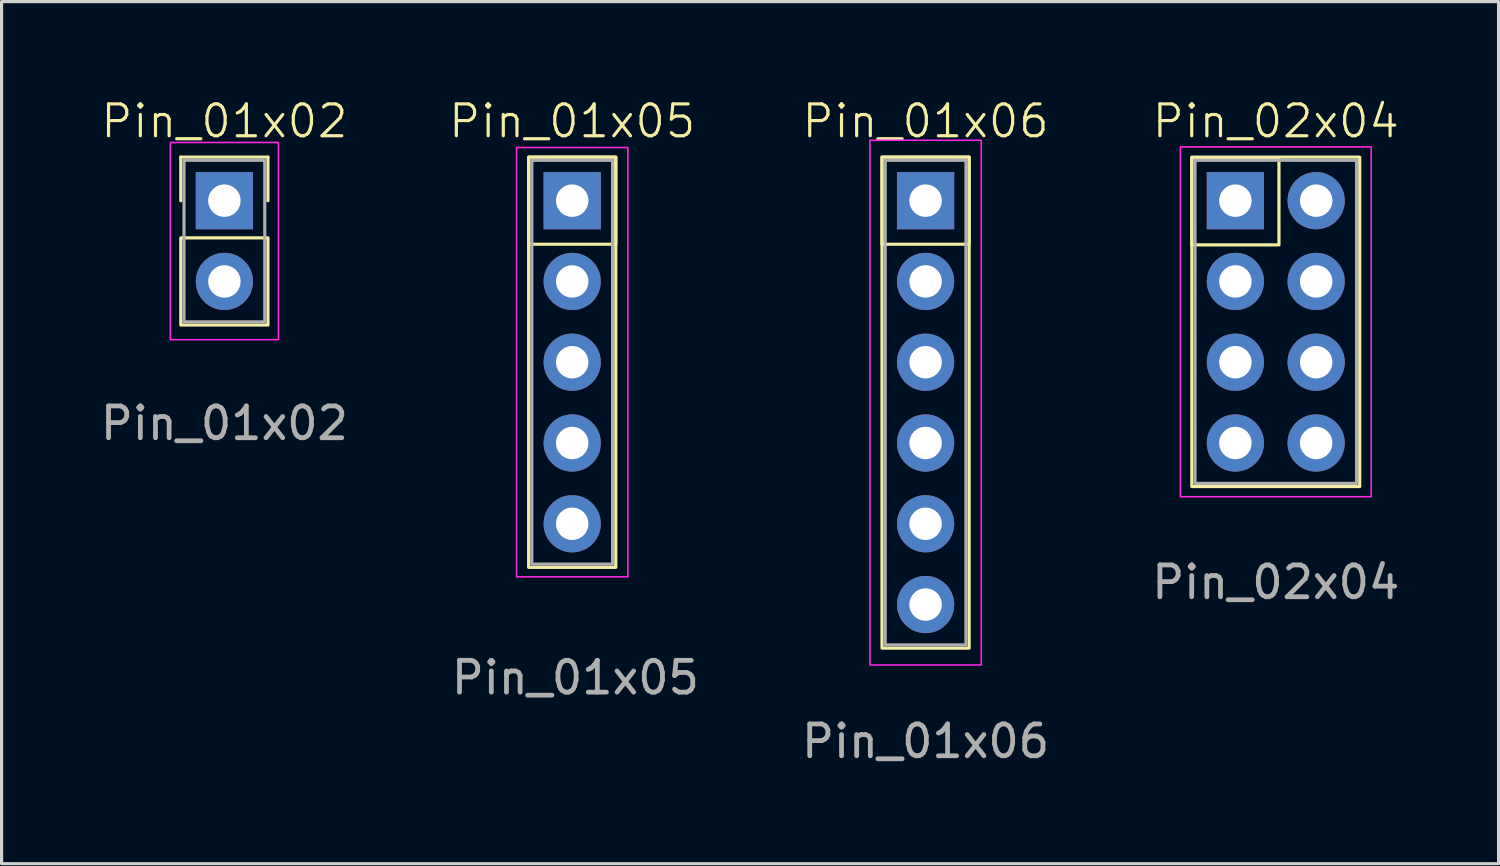
<source format=kicad_pcb>
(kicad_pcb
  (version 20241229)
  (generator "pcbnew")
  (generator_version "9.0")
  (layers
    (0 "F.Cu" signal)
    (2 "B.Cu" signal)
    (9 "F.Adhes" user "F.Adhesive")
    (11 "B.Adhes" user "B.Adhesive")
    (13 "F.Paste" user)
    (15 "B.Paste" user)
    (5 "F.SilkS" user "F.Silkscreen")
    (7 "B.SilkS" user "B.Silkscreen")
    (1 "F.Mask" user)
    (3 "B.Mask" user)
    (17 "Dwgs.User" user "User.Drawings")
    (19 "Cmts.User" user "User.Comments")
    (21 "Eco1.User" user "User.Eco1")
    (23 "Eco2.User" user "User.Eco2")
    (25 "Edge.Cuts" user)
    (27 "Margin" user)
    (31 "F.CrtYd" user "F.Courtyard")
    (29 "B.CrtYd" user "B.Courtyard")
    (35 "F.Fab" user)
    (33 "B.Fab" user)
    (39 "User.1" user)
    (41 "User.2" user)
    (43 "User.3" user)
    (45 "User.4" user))
  (footprint "Pin_01x02"
    (layer "F.Cu")
    (at 4.006 3.26)
    (property "Reference" "Pin_01x02" (at 0 -2.5 0) (unlocked yes) (layer "F.SilkS") (effects (font (size 1 1) (thickness 0.1))))
    (attr through_hole)
    (fp_line (start -1.37 -1.37) (end -1.37 0) (stroke (width 0.1) (type solid)) (layer "F.SilkS"))
    (fp_line (start 1.37 -1.37) (end -1.37 -1.37) (stroke (width 0.1) (type solid)) (layer "F.SilkS"))
    (fp_line (start 1.37 -1.37) (end 1.37 0) (stroke (width 0.1) (type solid)) (layer "F.SilkS"))
    (fp_rect (start -1.37 1.17) (end 1.37 3.91) (stroke (width 0.1) (type solid)) (fill no) (layer "F.SilkS"))
    (fp_rect (start -1.7 -1.83) (end 1.7 4.37) (stroke (width 0.05) (type solid)) (fill no) (layer "F.CrtYd"))
    (fp_rect (start -1.27 -1.27) (end 1.27 3.81) (stroke (width 0.1) (type solid)) (fill no) (layer "F.Fab"))
    (fp_text user "${REFERENCE}" (at 0 7 0) (unlocked yes) (layer "F.Fab") (effects (font (size 1 1) (thickness 0.15))))
    (pad "1" thru_hole rect (at 0 0 270) (size 1.8 1.8) (drill 1.02) (layers "*.Cu" "*.Mask"))
    (pad "2" thru_hole circle (at 0 2.54 270) (size 1.8 1.8) (drill 1.02) (layers "*.Cu" "*.Mask")))
  (footprint "Pin_02x04"
    (layer "F.Cu")
    (at 35.797 3.26)
    (property "Reference" "Pin_02x04" (at 1.27 -2.5 0) (unlocked yes) (layer "F.SilkS") (effects (font (size 1 1) (thickness 0.1))))
    (attr through_hole)
    (fp_rect (start -1.37 -1.37) (end 3.91 8.99) (stroke (width 0.1) (type solid)) (fill no) (layer "F.SilkS"))
    (fp_rect (start -1.37 -1.35) (end 1.37 1.39) (stroke (width 0.1) (type solid)) (fill no) (layer "F.SilkS"))
    (fp_rect (start -1.73 -1.69) (end 4.27 9.31) (stroke (width 0.05) (type solid)) (fill no) (layer "F.CrtYd"))
    (fp_rect (start -1.27 -1.27) (end 3.81 8.89) (stroke (width 0.1) (type solid)) (fill no) (layer "F.Fab"))
    (fp_text user "${REFERENCE}" (at 1.27 12 0) (unlocked yes) (layer "F.Fab") (effects (font (size 1 1) (thickness 0.15))))
    (pad "1" thru_hole rect (at 0 0 270) (size 1.8 1.8) (drill 1.02) (layers "*.Cu" "*.Mask"))
    (pad "2" thru_hole circle (at 0 2.54 270) (size 1.8 1.8) (drill 1.02) (layers "*.Cu" "*.Mask"))
    (pad "3" thru_hole circle (at 0 5.08 270) (size 1.8 1.8) (drill 1.02) (layers "*.Cu" "*.Mask"))
    (pad "4" thru_hole circle (at 0 7.62 270) (size 1.8 1.8) (drill 1.02) (layers "*.Cu" "*.Mask"))
    (pad "5" thru_hole circle (at 2.54 7.62 270) (size 1.8 1.8) (drill 1.02) (layers "*.Cu" "*.Mask"))
    (pad "6" thru_hole circle (at 2.54 5.08 270) (size 1.8 1.8) (drill 1.02) (layers "*.Cu" "*.Mask"))
    (pad "7" thru_hole circle (at 2.54 2.54 270) (size 1.8 1.8) (drill 1.02) (layers "*.Cu" "*.Mask"))
    (pad "8" thru_hole circle (at 2.54 0 270) (size 1.8 1.8) (drill 1.02) (layers "*.Cu" "*.Mask")))
  (footprint "Pin_01x05"
    (layer "F.Cu")
    (at 14.943 3.26)
    (property "Reference" "Pin_01x05" (at 0 -2.5 0) (unlocked yes) (layer "F.SilkS") (effects (font (size 1 1) (thickness 0.1))))
    (attr through_hole)
    (fp_rect (start -1.37 -1.37) (end 1.37 1.37) (stroke (width 0.1) (type solid)) (fill no) (layer "F.SilkS"))
    (fp_rect (start -1.37 -1.37) (end 1.37 11.53) (stroke (width 0.1) (type solid)) (fill no) (layer "F.SilkS"))
    (fp_rect (start -1.75 -1.67) (end 1.75 11.83) (stroke (width 0.05) (type solid)) (fill no) (layer "F.CrtYd"))
    (fp_rect (start -1.27 -1.27) (end 1.27 11.43) (stroke (width 0.1) (type solid)) (fill no) (layer "F.Fab"))
    (fp_text user "${REFERENCE}" (at 0.1 15 0) (unlocked yes) (layer "F.Fab") (effects (font (size 1 1) (thickness 0.15))))
    (pad "1" thru_hole rect (at 0 0 270) (size 1.8 1.8) (drill 1.02) (layers "*.Cu" "*.Mask"))
    (pad "2" thru_hole circle (at 0 2.54 270) (size 1.8 1.8) (drill 1.02) (layers "*.Cu" "*.Mask"))
    (pad "3" thru_hole circle (at 0 5.08 270) (size 1.8 1.8) (drill 1.02) (layers "*.Cu" "*.Mask"))
    (pad "4" thru_hole circle (at 0 7.62 270) (size 1.8 1.8) (drill 1.02) (layers "*.Cu" "*.Mask"))
    (pad "5" thru_hole circle (at 0 10.16 270) (size 1.8 1.8) (drill 1.02) (layers "*.Cu" "*.Mask")))
  (footprint "Pin_01x06"
    (layer "F.Cu")
    (at 26.055 3.26)
    (property "Reference" "Pin_01x06" (at 0 -2.5 0) (unlocked yes) (layer "F.SilkS") (effects (font (size 1 1) (thickness 0.1))))
    (attr through_hole)
    (fp_rect (start -1.37 -1.37) (end 1.37 1.37) (stroke (width 0.1) (type solid)) (fill no) (layer "F.SilkS"))
    (fp_rect (start -1.37 -1.37) (end 1.37 14.07) (stroke (width 0.1) (type solid)) (fill no) (layer "F.SilkS"))
    (fp_rect (start -1.75 -1.9) (end 1.75 14.6) (stroke (width 0.05) (type solid)) (fill no) (layer "F.CrtYd"))
    (fp_rect (start -1.27 -1.27) (end 1.27 13.97) (stroke (width 0.1) (type solid)) (fill no) (layer "F.Fab"))
    (fp_text user "${REFERENCE}" (at 0 17 0) (unlocked yes) (layer "F.Fab") (effects (font (size 1 1) (thickness 0.15))))
    (pad "1" thru_hole rect (at 0 0 270) (size 1.8 1.8) (drill 1.02) (layers "*.Cu" "*.Mask"))
    (pad "2" thru_hole circle (at 0 2.54 270) (size 1.8 1.8) (drill 1.02) (layers "*.Cu" "*.Mask"))
    (pad "3" thru_hole circle (at 0 5.08 270) (size 1.8 1.8) (drill 1.02) (layers "*.Cu" "*.Mask"))
    (pad "4" thru_hole circle (at 0 7.62 270) (size 1.8 1.8) (drill 1.02) (layers "*.Cu" "*.Mask"))
    (pad "5" thru_hole circle (at 0 10.16 270) (size 1.8 1.8) (drill 1.02) (layers "*.Cu" "*.Mask"))
    (pad "6" thru_hole circle (at 0 12.7 270) (size 1.8 1.8) (drill 1.02) (layers "*.Cu" "*.Mask")))
  (gr_rect
    (start -3 -3)
    (end 44.073 24.109)
    (stroke (width 0.1) (type default))
    (fill no)
    (layer "Edge.Cuts")))
</source>
